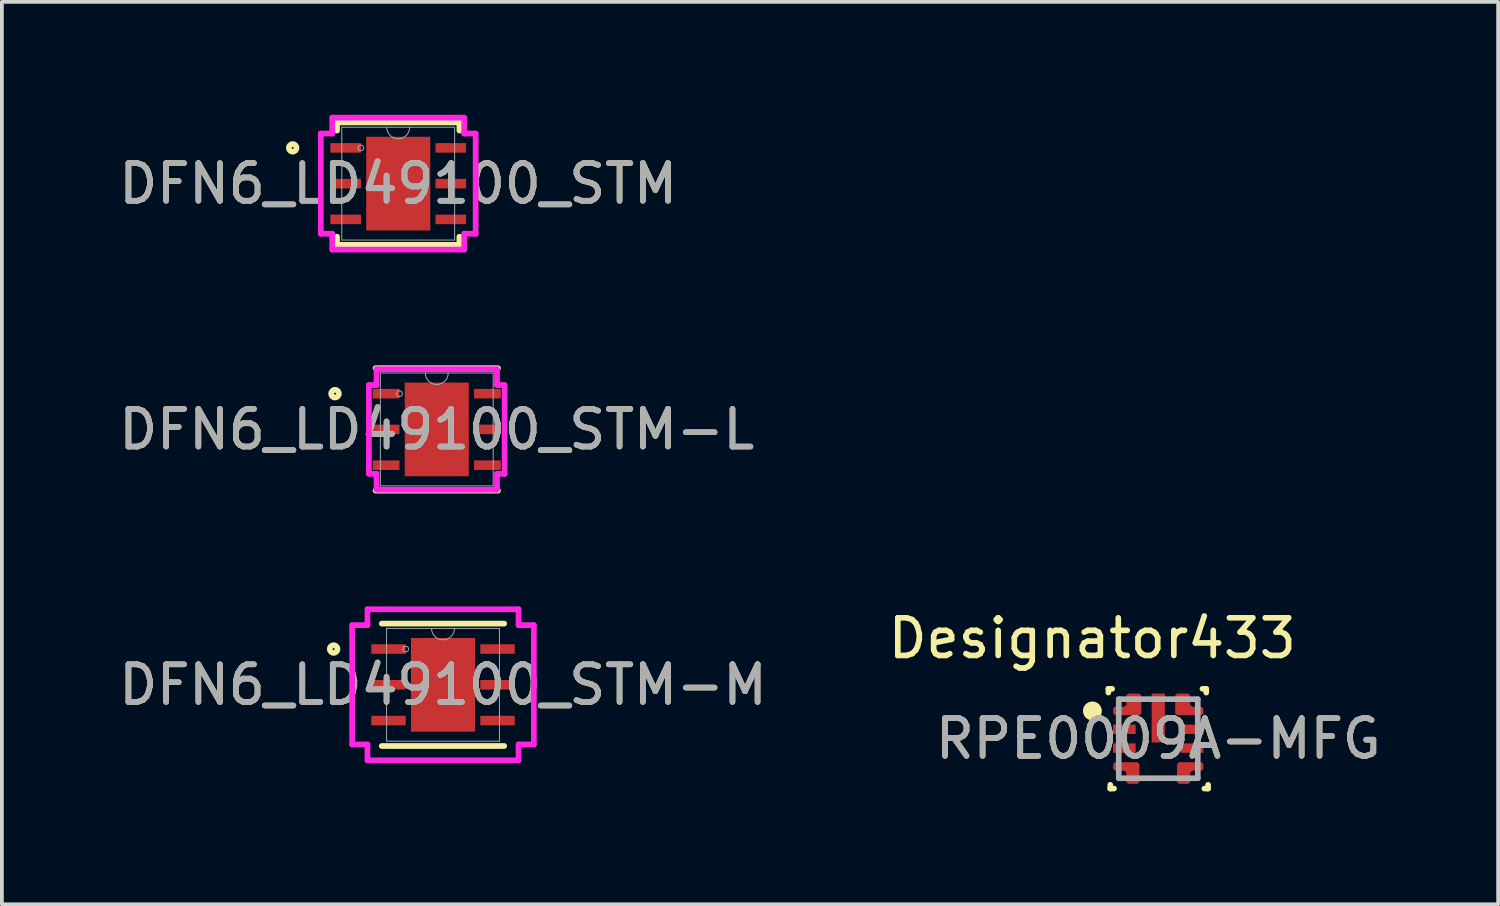
<source format=kicad_pcb>
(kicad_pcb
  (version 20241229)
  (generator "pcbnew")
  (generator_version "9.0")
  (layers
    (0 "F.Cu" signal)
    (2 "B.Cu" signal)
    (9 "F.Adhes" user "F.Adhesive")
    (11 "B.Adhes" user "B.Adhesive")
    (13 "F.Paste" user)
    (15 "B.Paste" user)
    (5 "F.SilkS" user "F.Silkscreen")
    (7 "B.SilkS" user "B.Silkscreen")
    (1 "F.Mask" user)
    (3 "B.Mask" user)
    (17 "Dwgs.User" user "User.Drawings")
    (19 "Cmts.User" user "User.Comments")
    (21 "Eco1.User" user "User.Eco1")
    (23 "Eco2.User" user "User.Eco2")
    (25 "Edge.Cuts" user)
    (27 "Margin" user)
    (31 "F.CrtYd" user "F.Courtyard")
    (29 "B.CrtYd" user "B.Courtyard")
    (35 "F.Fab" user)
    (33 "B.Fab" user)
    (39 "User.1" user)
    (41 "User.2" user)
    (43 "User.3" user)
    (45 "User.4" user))
  (footprint "DFN6_LD49100_STM-M"
    (layer "F.Cu")
    (at 8.72 15.144)
    (property "Reference" "DFN6_LD49100_STM-M" (at 0 0 0) (unlocked yes) (layer "F.SilkS") (effects (font (size 1 1) (thickness 0.15))))
    (attr smd)
    (fp_line (start -1.626 1.626) (end 1.626 1.626) (stroke (width 0.152) (type solid)) (layer "F.SilkS"))
    (fp_line (start 1.626 -1.626) (end -1.626 -1.626) (stroke (width 0.152) (type solid)) (layer "F.SilkS"))
    (fp_circle (center -2.906 -0.95) (end -2.804 -0.95) (stroke (width 0.152) (type solid)) (fill no) (layer "F.SilkS"))
    (fp_line (start -2.413 -1.585) (end -2.007 -1.585) (stroke (width 0.152) (type solid)) (layer "F.CrtYd"))
    (fp_line (start -2.413 1.585) (end -2.413 -1.585) (stroke (width 0.152) (type solid)) (layer "F.CrtYd"))
    (fp_line (start -2.413 1.585) (end -2.007 1.585) (stroke (width 0.152) (type solid)) (layer "F.CrtYd"))
    (fp_line (start -2.007 -2.007) (end 2.007 -2.007) (stroke (width 0.152) (type solid)) (layer "F.CrtYd"))
    (fp_line (start -2.007 -1.585) (end -2.007 -2.007) (stroke (width 0.152) (type solid)) (layer "F.CrtYd"))
    (fp_line (start -2.007 2.007) (end -2.007 1.585) (stroke (width 0.152) (type solid)) (layer "F.CrtYd"))
    (fp_line (start 2.007 -2.007) (end 2.007 -1.585) (stroke (width 0.152) (type solid)) (layer "F.CrtYd"))
    (fp_line (start 2.007 1.585) (end 2.007 2.007) (stroke (width 0.152) (type solid)) (layer "F.CrtYd"))
    (fp_line (start 2.007 2.007) (end -2.007 2.007) (stroke (width 0.152) (type solid)) (layer "F.CrtYd"))
    (fp_line (start 2.413 -1.585) (end 2.007 -1.585) (stroke (width 0.152) (type solid)) (layer "F.CrtYd"))
    (fp_line (start 2.413 -1.585) (end 2.413 1.585) (stroke (width 0.152) (type solid)) (layer "F.CrtYd"))
    (fp_line (start 2.413 1.585) (end 2.007 1.585) (stroke (width 0.152) (type solid)) (layer "F.CrtYd"))
    (fp_line (start -1.499 -1.499) (end -1.499 1.499) (stroke (width 0.025) (type solid)) (layer "F.Fab"))
    (fp_line (start -1.499 1.499) (end 1.499 1.499) (stroke (width 0.025) (type solid)) (layer "F.Fab"))
    (fp_line (start 1.499 -1.499) (end -1.499 -1.499) (stroke (width 0.025) (type solid)) (layer "F.Fab"))
    (fp_line (start 1.499 1.499) (end 1.499 -1.499) (stroke (width 0.025) (type solid)) (layer "F.Fab"))
    (fp_arc (start 0.3048 -1.4986) (mid 0 -1.1938) (end -0.3048 -1.4986) (stroke (width 0.0254) (type solid)) (layer "F.Fab"))
    (fp_circle (center -0.991 -0.95) (end -0.914 -0.95) (stroke (width 0.025) (type solid)) (fill no) (layer "F.Fab"))
    (fp_text user "${REFERENCE}" (at 0 0 0) (unlocked yes) (layer "F.Fab") (effects (font (size 1 1) (thickness 0.15))))
    (pad "1" smd rect (at -1.448 -0.95) (size 0.914 0.254) (layers "F.Cu" "F.Mask" "F.Paste"))
    (pad "2" smd rect (at -1.448 0) (size 0.914 0.254) (layers "F.Cu" "F.Mask" "F.Paste"))
    (pad "3" smd rect (at -1.448 0.95) (size 0.914 0.254) (layers "F.Cu" "F.Mask" "F.Paste"))
    (pad "4" smd rect (at 1.448 0.95) (size 0.914 0.254) (layers "F.Cu" "F.Mask" "F.Paste"))
    (pad "5" smd rect (at 1.448 0) (size 0.914 0.254) (layers "F.Cu" "F.Mask" "F.Paste"))
    (pad "6" smd rect (at 1.448 -0.95) (size 0.914 0.254) (layers "F.Cu" "F.Mask" "F.Paste"))
    (pad "7" smd rect (at 0 0) (size 1.702 2.489) (layers "F.Cu" "F.Mask" "F.Paste")))
  (footprint "DFN6_LD49100_STM"
    (layer "F.Cu")
    (at 7.53 1.829)
    (property "Reference" "DFN6_LD49100_STM" (at 0 0 0) (unlocked yes) (layer "F.SilkS") (effects (font (size 1 1) (thickness 0.15))))
    (attr smd)
    (fp_line (start -1.626 -1.626) (end -1.626 -1.41) (stroke (width 0.152) (type solid)) (layer "F.SilkS"))
    (fp_line (start -1.626 1.41) (end -1.626 1.626) (stroke (width 0.152) (type solid)) (layer "F.SilkS"))
    (fp_line (start -1.626 1.626) (end 1.626 1.626) (stroke (width 0.152) (type solid)) (layer "F.SilkS"))
    (fp_line (start 1.626 -1.626) (end -1.626 -1.626) (stroke (width 0.152) (type solid)) (layer "F.SilkS"))
    (fp_line (start 1.626 -1.41) (end 1.626 -1.626) (stroke (width 0.152) (type solid)) (layer "F.SilkS"))
    (fp_line (start 1.626 1.626) (end 1.626 1.41) (stroke (width 0.152) (type solid)) (layer "F.SilkS"))
    (fp_circle (center -2.804 -0.95) (end -2.703 -0.95) (stroke (width 0.152) (type solid)) (fill no) (layer "F.SilkS"))
    (fp_line (start -2.057 -1.331) (end -1.753 -1.331) (stroke (width 0.152) (type solid)) (layer "F.CrtYd"))
    (fp_line (start -2.057 1.331) (end -2.057 -1.331) (stroke (width 0.152) (type solid)) (layer "F.CrtYd"))
    (fp_line (start -2.057 1.331) (end -1.753 1.331) (stroke (width 0.152) (type solid)) (layer "F.CrtYd"))
    (fp_line (start -1.753 -1.753) (end 1.753 -1.753) (stroke (width 0.152) (type solid)) (layer "F.CrtYd"))
    (fp_line (start -1.753 -1.331) (end -1.753 -1.753) (stroke (width 0.152) (type solid)) (layer "F.CrtYd"))
    (fp_line (start -1.753 1.753) (end -1.753 1.331) (stroke (width 0.152) (type solid)) (layer "F.CrtYd"))
    (fp_line (start 1.753 -1.753) (end 1.753 -1.331) (stroke (width 0.152) (type solid)) (layer "F.CrtYd"))
    (fp_line (start 1.753 1.331) (end 1.753 1.753) (stroke (width 0.152) (type solid)) (layer "F.CrtYd"))
    (fp_line (start 1.753 1.753) (end -1.753 1.753) (stroke (width 0.152) (type solid)) (layer "F.CrtYd"))
    (fp_line (start 2.057 -1.331) (end 1.753 -1.331) (stroke (width 0.152) (type solid)) (layer "F.CrtYd"))
    (fp_line (start 2.057 -1.331) (end 2.057 1.331) (stroke (width 0.152) (type solid)) (layer "F.CrtYd"))
    (fp_line (start 2.057 1.331) (end 1.753 1.331) (stroke (width 0.152) (type solid)) (layer "F.CrtYd"))
    (fp_line (start -1.499 -1.499) (end -1.499 1.499) (stroke (width 0.025) (type solid)) (layer "F.Fab"))
    (fp_line (start -1.499 1.499) (end 1.499 1.499) (stroke (width 0.025) (type solid)) (layer "F.Fab"))
    (fp_line (start 1.499 -1.499) (end -1.499 -1.499) (stroke (width 0.025) (type solid)) (layer "F.Fab"))
    (fp_line (start 1.499 1.499) (end 1.499 -1.499) (stroke (width 0.025) (type solid)) (layer "F.Fab"))
    (fp_arc (start 0.3048 -1.4986) (mid 0 -1.1938) (end -0.3048 -1.4986) (stroke (width 0.0254) (type solid)) (layer "F.Fab"))
    (fp_circle (center -0.991 -0.95) (end -0.914 -0.95) (stroke (width 0.025) (type solid)) (fill no) (layer "F.Fab"))
    (fp_text user "${REFERENCE}" (at 0 0 0) (unlocked yes) (layer "F.Fab") (effects (font (size 1 1) (thickness 0.15))))
    (pad "1" smd rect (at -1.397 -0.95) (size 0.813 0.254) (layers "F.Cu" "F.Mask" "F.Paste"))
    (pad "2" smd rect (at -1.397 0) (size 0.813 0.254) (layers "F.Cu" "F.Mask" "F.Paste"))
    (pad "3" smd rect (at -1.397 0.95) (size 0.813 0.254) (layers "F.Cu" "F.Mask" "F.Paste"))
    (pad "4" smd rect (at 1.397 0.95) (size 0.813 0.254) (layers "F.Cu" "F.Mask" "F.Paste"))
    (pad "5" smd rect (at 1.397 0) (size 0.813 0.254) (layers "F.Cu" "F.Mask" "F.Paste"))
    (pad "6" smd rect (at 1.397 -0.95) (size 0.813 0.254) (layers "F.Cu" "F.Mask" "F.Paste"))
    (pad "7" smd rect (at 0 0) (size 1.702 2.489) (layers "F.Cu" "F.Mask" "F.Paste")))
  (footprint "RPE0009A-MFG"
    (layer "F.Cu")
    (at 27.723 16.576)
    (property "Reference" "RPE0009A-MFG" (at 0 0 0) (unlocked yes) (layer "F.SilkS") (effects (font (size 1 1) (thickness 0.15))))
    (attr smd)
    (fp_poly (pts (xy -1.2 -0.8) (xy -1.15 -0.851) (xy -0.9 -0.851) (xy -0.85 -0.901) (xy -0.85 -1.15) (xy -0.8 -1.2) (xy -0.5 -1.2) (xy -0.45 -1.15) (xy -0.45 -0.675) (xy -0.5 -0.625) (xy -1.15 -0.625) (xy -1.2 -0.675)) (stroke (width 0) (type solid)) (fill yes) (layer "F.Cu"))
    (fp_poly (pts (xy -1.2 0.8) (xy -1.15 0.85) (xy -0.9 0.851) (xy -0.85 0.901) (xy -0.85 1.15) (xy -0.8 1.2) (xy -0.55 1.2) (xy -0.5 1.15) (xy -0.5 0.675) (xy -0.55 0.625) (xy -1.15 0.625) (xy -1.2 0.675)) (stroke (width 0) (type solid)) (fill yes) (layer "F.Cu"))
    (fp_poly (pts (xy 1.2 -0.8) (xy 1.15 -0.85) (xy 0.9 -0.851) (xy 0.85 -0.901) (xy 0.85 -1.15) (xy 0.8 -1.2) (xy 0.5 -1.2) (xy 0.45 -1.15) (xy 0.45 -0.675) (xy 0.5 -0.625) (xy 1.15 -0.625) (xy 1.2 -0.675)) (stroke (width 0) (type solid)) (fill yes) (layer "F.Cu"))
    (fp_poly (pts (xy 1.2 0.8) (xy 1.15 0.851) (xy 0.9 0.85) (xy 0.85 0.901) (xy 0.85 1.15) (xy 0.8 1.2) (xy 0.55 1.2) (xy 0.5 1.15) (xy 0.5 0.675) (xy 0.55 0.625) (xy 1.15 0.625) (xy 1.2 0.675)) (stroke (width 0) (type solid)) (fill yes) (layer "F.Cu"))
    (fp_poly (pts (xy -1.2 -0.8) (xy -1.15 -0.851) (xy -0.9 -0.851) (xy -0.85 -0.901) (xy -0.85 -1.15) (xy -0.8 -1.2) (xy -0.5 -1.2) (xy -0.45 -1.15) (xy -0.45 -0.675) (xy -0.5 -0.625) (xy -1.15 -0.625) (xy -1.2 -0.675)) (stroke (width 0) (type solid)) (fill yes) (layer "F.Mask"))
    (fp_poly (pts (xy -1.2 0.8) (xy -1.2 0.675) (xy -1.15 0.625) (xy -0.55 0.625) (xy -0.5 0.675) (xy -0.5 1.15) (xy -0.55 1.2) (xy -0.8 1.2) (xy -0.85 1.15) (xy -0.85 0.901) (xy -0.9 0.851) (xy -1.15 0.85)) (stroke (width 0) (type solid)) (fill yes) (layer "F.Mask"))
    (fp_poly (pts (xy 1.2 -0.8) (xy 1.2 -0.675) (xy 1.15 -0.625) (xy 0.5 -0.625) (xy 0.45 -0.675) (xy 0.45 -1.15) (xy 0.5 -1.2) (xy 0.8 -1.2) (xy 0.85 -1.15) (xy 0.85 -0.901) (xy 0.9 -0.851) (xy 1.15 -0.85)) (stroke (width 0) (type solid)) (fill yes) (layer "F.Mask"))
    (fp_poly (pts (xy 1.2 0.8) (xy 1.15 0.851) (xy 0.9 0.85) (xy 0.85 0.901) (xy 0.85 1.15) (xy 0.8 1.2) (xy 0.55 1.2) (xy 0.5 1.15) (xy 0.5 0.675) (xy 0.55 0.625) (xy 1.15 0.625) (xy 1.2 0.675)) (stroke (width 0) (type solid)) (fill yes) (layer "F.Mask"))
    (fp_line (start -1.325 -1.325) (end -1.225 -1.325) (stroke (width 0.15) (type solid)) (layer "F.SilkS"))
    (fp_line (start -1.325 -1.225) (end -1.325 -1.325) (stroke (width 0.15) (type solid)) (layer "F.SilkS"))
    (fp_line (start -1.275 1.325) (end -1.275 1.225) (stroke (width 0.15) (type solid)) (layer "F.SilkS"))
    (fp_line (start -1.275 1.325) (end -1.175 1.325) (stroke (width 0.15) (type solid)) (layer "F.SilkS"))
    (fp_line (start 1.175 -1.325) (end 1.275 -1.325) (stroke (width 0.15) (type solid)) (layer "F.SilkS"))
    (fp_line (start 1.225 1.325) (end 1.325 1.325) (stroke (width 0.15) (type solid)) (layer "F.SilkS"))
    (fp_line (start 1.275 -1.225) (end 1.275 -1.325) (stroke (width 0.15) (type solid)) (layer "F.SilkS"))
    (fp_line (start 1.325 1.325) (end 1.325 1.225) (stroke (width 0.15) (type solid)) (layer "F.SilkS"))
    (fp_circle (center -1.75 -0.738) (end -1.625 -0.738) (stroke (width 0.25) (type solid)) (fill no) (layer "F.SilkS"))
    (fp_poly (pts (xy -0.175 0.05) (xy -0.175 -0.4) (xy -0.125 -0.45) (xy 0.125 -0.45) (xy 0.175 -0.4) (xy 0.175 0.05) (xy 0.125 0.1) (xy -0.125 0.1)) (stroke (width 0) (type solid)) (fill yes) (layer "F.Paste"))
    (fp_poly (pts (xy 0.175 -0.7) (xy 0.125 -0.65) (xy -0.125 -0.65) (xy -0.175 -0.7) (xy -0.175 -1.15) (xy -0.125 -1.2) (xy 0.125 -1.2) (xy 0.175 -1.15)) (stroke (width 0) (type solid)) (fill yes) (layer "F.Paste"))
    (fp_poly (pts (xy -1.2 -0.8) (xy -1.15 -0.85) (xy -0.9 -0.851) (xy -0.85 -0.901) (xy -0.85 -1.075) (xy -0.8 -1.125) (xy -0.5 -1.125) (xy -0.45 -1.075) (xy -0.45 -0.675) (xy -0.5 -0.625) (xy -1.15 -0.625) (xy -1.2 -0.675)) (stroke (width 0) (type solid)) (fill yes) (layer "F.Paste"))
    (fp_poly (pts (xy -1.2 0.8) (xy -1.2 0.675) (xy -1.15 0.625) (xy -0.55 0.625) (xy -0.5 0.675) (xy -0.5 1.15) (xy -0.55 1.2) (xy -0.8 1.2) (xy -0.85 1.15) (xy -0.85 0.901) (xy -0.9 0.851) (xy -1.15 0.85)) (stroke (width 0) (type solid)) (fill yes) (layer "F.Paste"))
    (fp_poly (pts (xy 1.2 -0.801) (xy 1.15 -0.851) (xy 0.9 -0.851) (xy 0.85 -0.901) (xy 0.85 -1.076) (xy 0.8 -1.126) (xy 0.5 -1.126) (xy 0.45 -1.076) (xy 0.45 -0.676) (xy 0.5 -0.626) (xy 1.15 -0.626) (xy 1.2 -0.676)) (stroke (width 0) (type solid)) (fill yes) (layer "F.Paste"))
    (fp_poly (pts (xy 1.2 0.8) (xy 1.15 0.851) (xy 0.9 0.85) (xy 0.85 0.901) (xy 0.85 1.15) (xy 0.8 1.2) (xy 0.55 1.2) (xy 0.5 1.15) (xy 0.5 0.675) (xy 0.55 0.625) (xy 1.15 0.625) (xy 1.2 0.675)) (stroke (width 0) (type solid)) (fill yes) (layer "F.Paste"))
    (fp_line (start -1.05 -1.05) (end 1.05 -1.05) (stroke (width 0.15) (type solid)) (layer "F.Fab"))
    (fp_line (start -1.05 1.05) (end -1.05 -1.05) (stroke (width 0.15) (type solid)) (layer "F.Fab"))
    (fp_line (start -1.05 1.05) (end 1.05 1.05) (stroke (width 0.15) (type solid)) (layer "F.Fab"))
    (fp_line (start 1.05 1.05) (end 1.05 -1.05) (stroke (width 0.15) (type solid)) (layer "F.Fab"))
    (fp_text user "Designator433" (at -1.753 -2.667 0) (unlocked yes) (layer "F.SilkS") (effects (font (size 1 1) (thickness 0.15))))
    (fp_text user "${REFERENCE}" (at 0 0 0) (unlocked yes) (layer "F.Fab") (effects (font (size 1 1) (thickness 0.15))))
    (pad "1" smd circle (at -0.661 -0.877) (size 0.342 0.342) (layers "F.Cu" "F.Mask"))
    (pad "2" smd rect (at -0.9 -0.25) (size 0.6 0.25) (layers "F.Cu" "F.Mask" "F.Paste"))
    (pad "3" smd rect (at -0.9 0.25) (size 0.6 0.25) (layers "F.Cu" "F.Mask" "F.Paste"))
    (pad "4" smd circle (at -0.661 0.877) (size 0.291 0.291) (layers "F.Cu" "F.Mask" "F.Paste"))
    (pad "5" smd circle (at 0.68 0.805) (size 0.323 0.323) (layers "F.Cu" "F.Mask" "F.Paste"))
    (pad "6" smd rect (at 0.9 0.25) (size 0.6 0.25) (layers "F.Cu" "F.Mask" "F.Paste"))
    (pad "7" smd rect (at 0.9 -0.25) (size 0.6 0.25) (layers "F.Cu" "F.Mask" "F.Paste"))
    (pad "8" smd circle (at 0.665 -0.841) (size 0.346 0.346) (layers "F.Cu" "F.Mask"))
    (pad "9" smd rect (at 0 -0.55) (size 0.35 1.3) (layers "F.Cu" "F.Mask")))
  (footprint "DFN6_LD49100_STM-L"
    (layer "F.Cu")
    (at 8.554 8.359)
    (property "Reference" "DFN6_LD49100_STM-L" (at 0 0 0) (unlocked yes) (layer "F.SilkS") (effects (font (size 1 1) (thickness 0.15))))
    (attr smd)
    (fp_line (start -1.626 1.626) (end 1.626 1.626) (stroke (width 0.152) (type solid)) (layer "F.SilkS"))
    (fp_line (start 1.626 -1.626) (end -1.626 -1.626) (stroke (width 0.152) (type solid)) (layer "F.SilkS"))
    (fp_circle (center -2.703 -0.95) (end -2.601 -0.95) (stroke (width 0.152) (type solid)) (fill no) (layer "F.SilkS"))
    (fp_line (start -1.803 -1.179) (end -1.6 -1.179) (stroke (width 0.152) (type solid)) (layer "F.CrtYd"))
    (fp_line (start -1.803 1.179) (end -1.803 -1.179) (stroke (width 0.152) (type solid)) (layer "F.CrtYd"))
    (fp_line (start -1.803 1.179) (end -1.6 1.179) (stroke (width 0.152) (type solid)) (layer "F.CrtYd"))
    (fp_line (start -1.6 -1.6) (end 1.6 -1.6) (stroke (width 0.152) (type solid)) (layer "F.CrtYd"))
    (fp_line (start -1.6 -1.179) (end -1.6 -1.6) (stroke (width 0.152) (type solid)) (layer "F.CrtYd"))
    (fp_line (start -1.6 1.6) (end -1.6 1.179) (stroke (width 0.152) (type solid)) (layer "F.CrtYd"))
    (fp_line (start 1.6 -1.6) (end 1.6 -1.179) (stroke (width 0.152) (type solid)) (layer "F.CrtYd"))
    (fp_line (start 1.6 1.179) (end 1.6 1.6) (stroke (width 0.152) (type solid)) (layer "F.CrtYd"))
    (fp_line (start 1.6 1.6) (end -1.6 1.6) (stroke (width 0.152) (type solid)) (layer "F.CrtYd"))
    (fp_line (start 1.803 -1.179) (end 1.6 -1.179) (stroke (width 0.152) (type solid)) (layer "F.CrtYd"))
    (fp_line (start 1.803 -1.179) (end 1.803 1.179) (stroke (width 0.152) (type solid)) (layer "F.CrtYd"))
    (fp_line (start 1.803 1.179) (end 1.6 1.179) (stroke (width 0.152) (type solid)) (layer "F.CrtYd"))
    (fp_line (start -1.499 -1.499) (end -1.499 1.499) (stroke (width 0.025) (type solid)) (layer "F.Fab"))
    (fp_line (start -1.499 1.499) (end 1.499 1.499) (stroke (width 0.025) (type solid)) (layer "F.Fab"))
    (fp_line (start 1.499 -1.499) (end -1.499 -1.499) (stroke (width 0.025) (type solid)) (layer "F.Fab"))
    (fp_line (start 1.499 1.499) (end 1.499 -1.499) (stroke (width 0.025) (type solid)) (layer "F.Fab"))
    (fp_arc (start 0.3048 -1.4986) (mid 0 -1.1938) (end -0.3048 -1.4986) (stroke (width 0.0254) (type solid)) (layer "F.Fab"))
    (fp_circle (center -0.991 -0.95) (end -0.914 -0.95) (stroke (width 0.025) (type solid)) (fill no) (layer "F.Fab"))
    (fp_text user "${REFERENCE}" (at 0 0 0) (unlocked yes) (layer "F.Fab") (effects (font (size 1 1) (thickness 0.15))))
    (pad "1" smd rect (at -1.346 -0.95) (size 0.711 0.254) (layers "F.Cu" "F.Mask" "F.Paste"))
    (pad "2" smd rect (at -1.346 0) (size 0.711 0.254) (layers "F.Cu" "F.Mask" "F.Paste"))
    (pad "3" smd rect (at -1.346 0.95) (size 0.711 0.254) (layers "F.Cu" "F.Mask" "F.Paste"))
    (pad "4" smd rect (at 1.346 0.95) (size 0.711 0.254) (layers "F.Cu" "F.Mask" "F.Paste"))
    (pad "5" smd rect (at 1.346 0) (size 0.711 0.254) (layers "F.Cu" "F.Mask" "F.Paste"))
    (pad "6" smd rect (at 1.346 -0.95) (size 0.711 0.254) (layers "F.Cu" "F.Mask" "F.Paste"))
    (pad "7" smd rect (at 0 0) (size 1.702 2.489) (layers "F.Cu" "F.Mask" "F.Paste")))
  (gr_rect
    (start -3 -3)
    (end 36.753 20.976)
    (stroke (width 0.1) (type default))
    (fill no)
    (layer "Edge.Cuts")))
</source>
